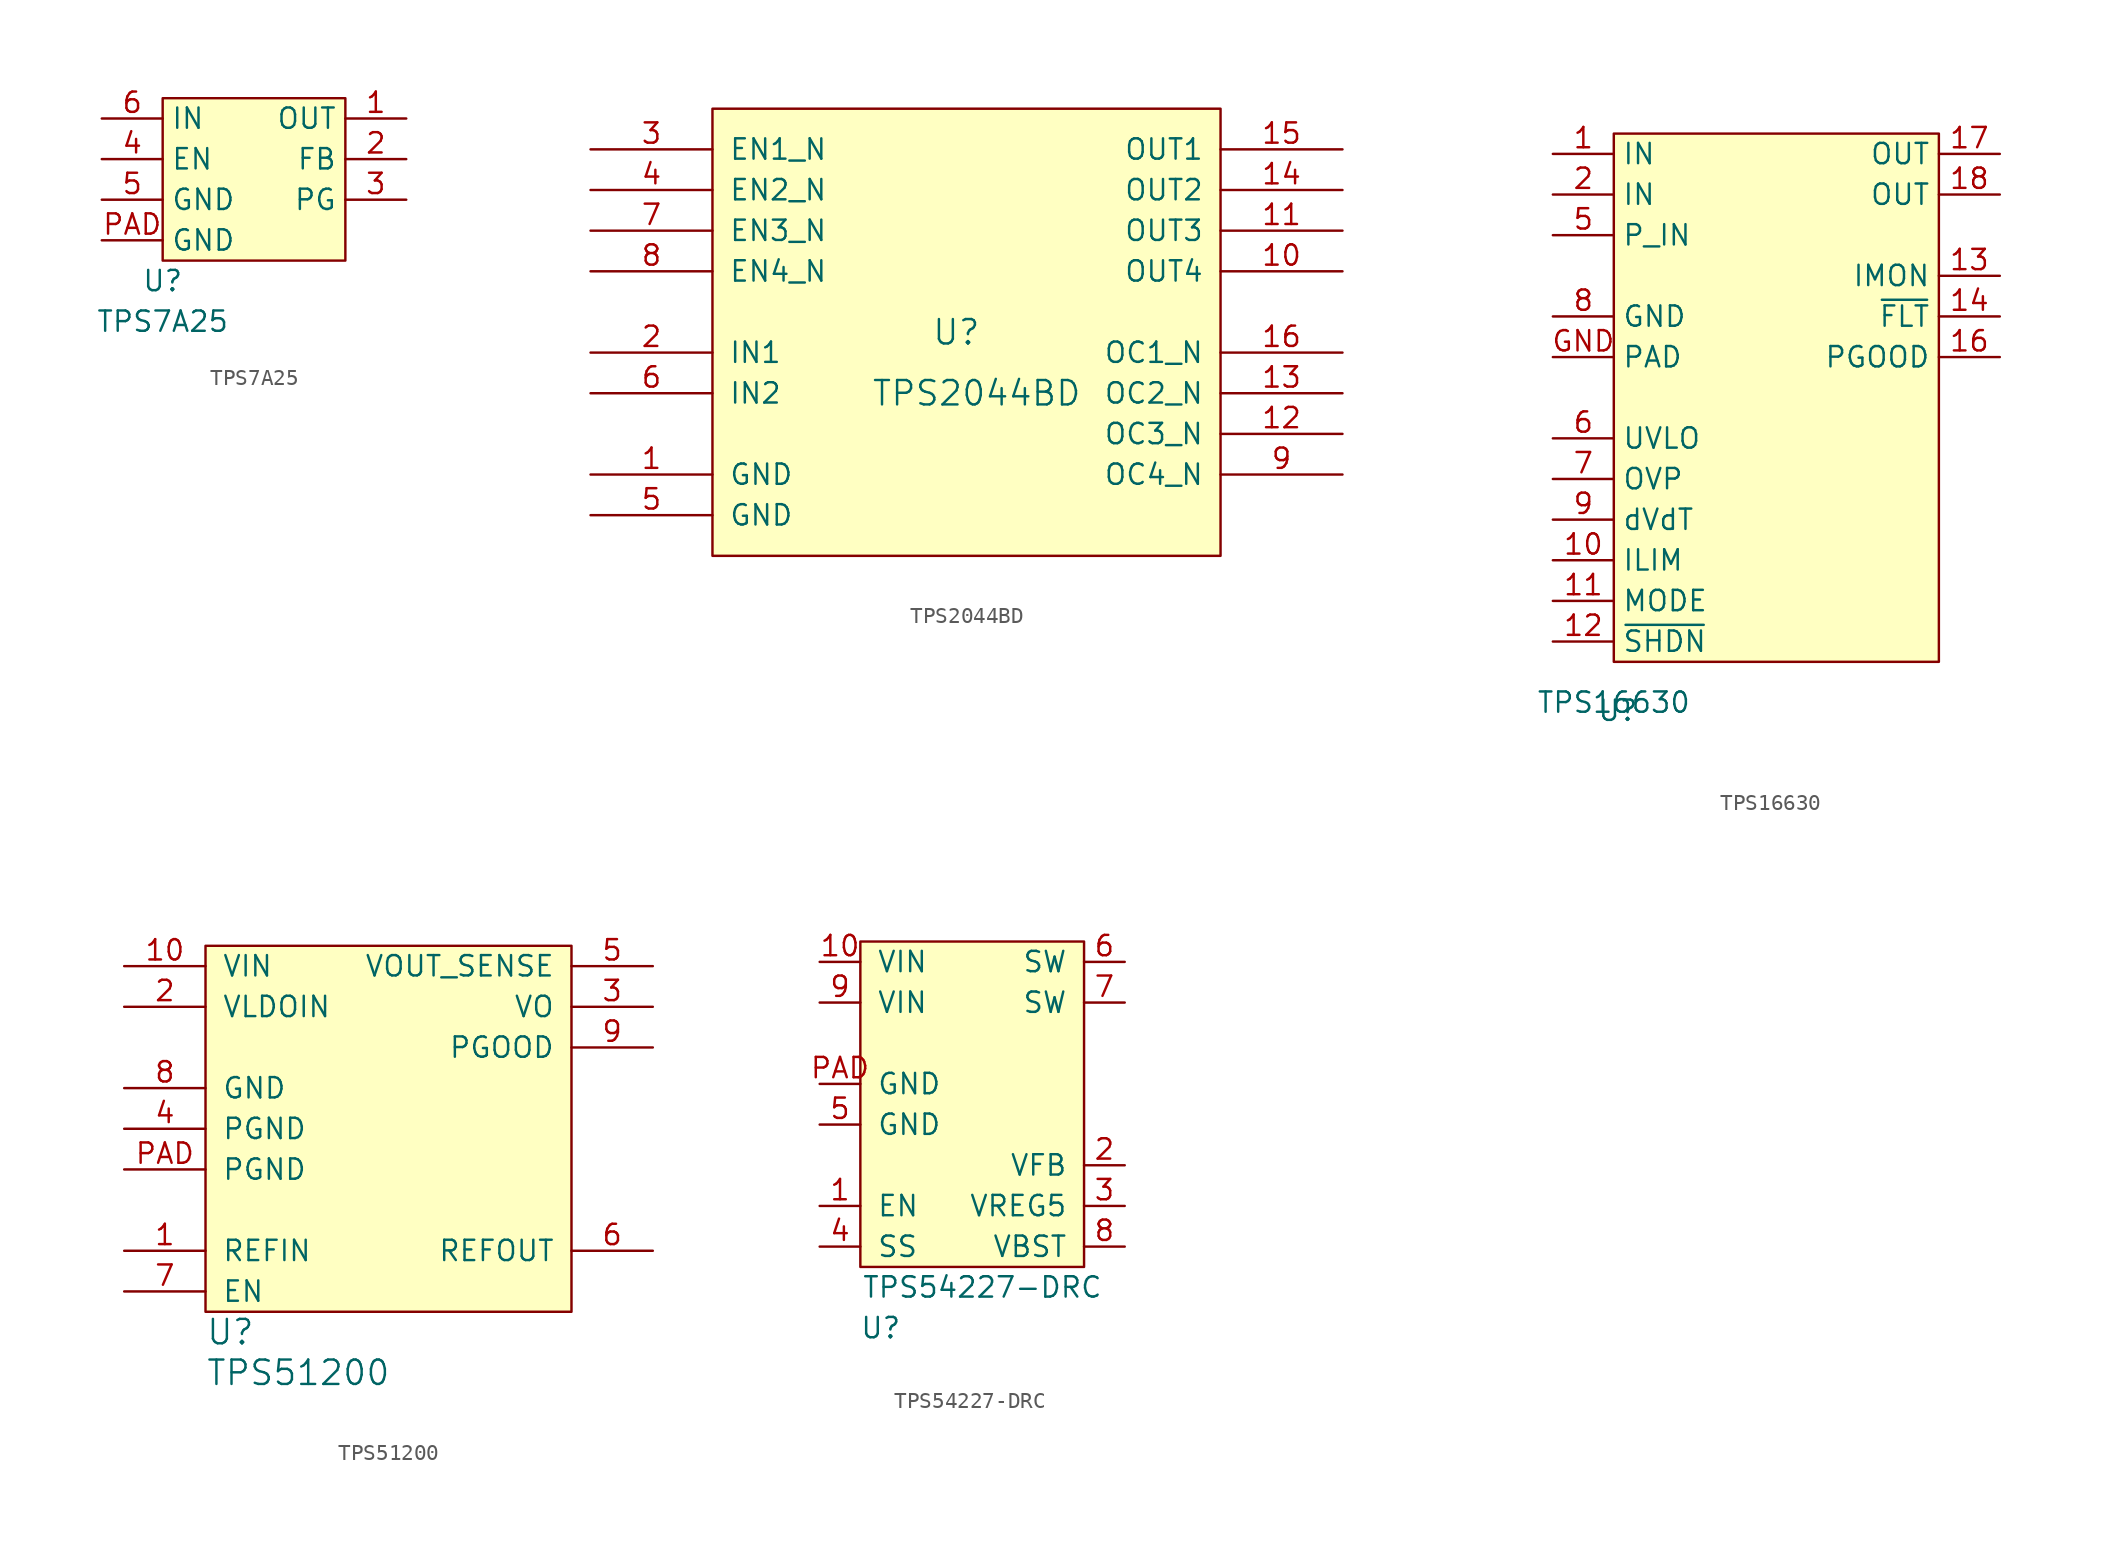
<source format=kicad_sym>
(kicad_symbol_lib
  (version 20231120)
  (generator "kicad_symbol_editor")
  (generator_version "8.0")
  (symbol "TPS7A25"
    (property "Reference" "U"
      (at 0 -1.27 0)
      (effects (font (size 1.27 1.27))))
    (property "Value" "TPS7A25"
      (at 0 -3.81 0)
      (effects (font (size 1.27 1.27))))
    (symbol "TPS7A25_0_1"
      (rectangle (start 0 10.16) (end 11.43 0) (stroke (width 0.152) (type default)) (fill (type background))))
    (symbol "TPS7A25_1_1"
      (pin power_out line (at 15.24 8.89 180) (length 3.81) (name "OUT" (effects (font (size 1.27 1.27)))) (number "1" (effects (font (size 1.27 1.27)))))
      (pin input line (at 15.24 6.35 180) (length 3.81) (name "FB" (effects (font (size 1.27 1.27)))) (number "2" (effects (font (size 1.27 1.27)))) (alternate "NC" no_connect line))
      (pin open_collector line (at 15.24 3.81 180) (length 3.81) (name "PG" (effects (font (size 1.27 1.27)))) (number "3" (effects (font (size 1.27 1.27)))))
      (pin input line (at -3.81 6.35 0) (length 3.81) (name "EN" (effects (font (size 1.27 1.27)))) (number "4" (effects (font (size 1.27 1.27)))))
      (pin power_in line (at -3.81 3.81 0) (length 3.81) (name "GND" (effects (font (size 1.27 1.27)))) (number "5" (effects (font (size 1.27 1.27)))))
      (pin power_in line (at -3.81 8.89 0) (length 3.81) (name "IN" (effects (font (size 1.27 1.27)))) (number "6" (effects (font (size 1.27 1.27)))))
      (pin power_in line (at -3.81 1.27 0) (length 3.81) (name "GND" (effects (font (size 1.27 1.27)))) (number "PAD" (effects (font (size 1.27 1.27)))))))
  (symbol "TPS2044BD"
    (pin_names
      (offset 1.016))
    (property "Reference" "U"
      (at 0 1.27 0)
      (effects (font (size 1.524 1.524))))
    (property "Value" "TPS2044BD"
      (at 1.27 -2.54 0)
      (effects (font (size 1.524 1.524))))
    (property "Footprint" ""
      (at 0 0 0)
      (effects (font (size 1.524 1.524))))
    (property "Datasheet" ""
      (at 0 0 0)
      (effects (font (size 1.524 1.524))))
    (symbol "TPS2044BD_0_1"
      (rectangle (start -15.24 15.24) (end 16.51 -12.7) (stroke (width 0) (type default)) (fill (type background))))
    (symbol "TPS2044BD_1_1"
      (pin power_in line (at -22.86 -7.62 0) (length 7.62) (name "GND" (effects (font (size 1.27 1.27)))) (number "1" (effects (font (size 1.27 1.27)))))
      (pin power_out line (at 24.13 5.08 180) (length 7.62) (name "OUT4" (effects (font (size 1.27 1.27)))) (number "10" (effects (font (size 1.27 1.27)))))
      (pin power_out line (at 24.13 7.62 180) (length 7.62) (name "OUT3" (effects (font (size 1.27 1.27)))) (number "11" (effects (font (size 1.27 1.27)))))
      (pin output line (at 24.13 -5.08 180) (length 7.62) (name "OC3_N" (effects (font (size 1.27 1.27)))) (number "12" (effects (font (size 1.27 1.27)))))
      (pin output line (at 24.13 -2.54 180) (length 7.62) (name "OC2_N" (effects (font (size 1.27 1.27)))) (number "13" (effects (font (size 1.27 1.27)))))
      (pin power_out line (at 24.13 10.16 180) (length 7.62) (name "OUT2" (effects (font (size 1.27 1.27)))) (number "14" (effects (font (size 1.27 1.27)))))
      (pin power_out line (at 24.13 12.7 180) (length 7.62) (name "OUT1" (effects (font (size 1.27 1.27)))) (number "15" (effects (font (size 1.27 1.27)))))
      (pin output line (at 24.13 0 180) (length 7.62) (name "OC1_N" (effects (font (size 1.27 1.27)))) (number "16" (effects (font (size 1.27 1.27)))))
      (pin power_in line (at -22.86 0 0) (length 7.62) (name "IN1" (effects (font (size 1.27 1.27)))) (number "2" (effects (font (size 1.27 1.27)))))
      (pin input line (at -22.86 12.7 0) (length 7.62) (name "EN1_N" (effects (font (size 1.27 1.27)))) (number "3" (effects (font (size 1.27 1.27)))))
      (pin input line (at -22.86 10.16 0) (length 7.62) (name "EN2_N" (effects (font (size 1.27 1.27)))) (number "4" (effects (font (size 1.27 1.27)))))
      (pin power_in line (at -22.86 -10.16 0) (length 7.62) (name "GND" (effects (font (size 1.27 1.27)))) (number "5" (effects (font (size 1.27 1.27)))))
      (pin power_in line (at -22.86 -2.54 0) (length 7.62) (name "IN2" (effects (font (size 1.27 1.27)))) (number "6" (effects (font (size 1.27 1.27)))))
      (pin input line (at -22.86 7.62 0) (length 7.62) (name "EN3_N" (effects (font (size 1.27 1.27)))) (number "7" (effects (font (size 1.27 1.27)))))
      (pin input line (at -22.86 5.08 0) (length 7.62) (name "EN4_N" (effects (font (size 1.27 1.27)))) (number "8" (effects (font (size 1.27 1.27)))))
      (pin output line (at 24.13 -7.62 180) (length 7.62) (name "OC4_N" (effects (font (size 1.27 1.27)))) (number "9" (effects (font (size 1.27 1.27)))))))
  (symbol "TPS16630"
    (property "Reference" "U"
      (at 0.254 -3.048 0)
      (effects (font (size 1.27 1.27))))
    (property "Value" "TPS16630"
      (at 0 -2.54 0)
      (effects (font (size 1.27 1.27))))
    (symbol "TPS16630_1_1"
      (rectangle (start 0 33.02) (end 20.32 0) (stroke (width 0) (type default)) (fill (type background)))
      (pin power_in line (at -3.81 31.75 0) (length 3.81) (name "IN" (effects (font (size 1.27 1.27)))) (number "1" (effects (font (size 1.27 1.27)))))
      (pin input line (at -3.81 6.35 0) (length 3.81) (name "ILIM" (effects (font (size 1.27 1.27)))) (number "10" (effects (font (size 1.27 1.27)))))
      (pin input line (at -3.81 3.81 0) (length 3.81) (name "MODE" (effects (font (size 1.27 1.27)))) (number "11" (effects (font (size 1.27 1.27)))))
      (pin input line (at -3.81 1.27 0) (length 3.81) (name "~{SHDN}" (effects (font (size 1.27 1.27)))) (number "12" (effects (font (size 1.27 1.27)))))
      (pin output line (at 24.13 24.13 180) (length 3.81) (name "IMON" (effects (font (size 1.27 1.27)))) (number "13" (effects (font (size 1.27 1.27)))))
      (pin open_collector line (at 24.13 21.59 180) (length 3.81) (name "~{FLT}" (effects (font (size 1.27 1.27)))) (number "14" (effects (font (size 1.27 1.27)))))
      (pin open_collector line (at 24.13 19.05 180) (length 3.81) (name "PGOOD" (effects (font (size 1.27 1.27)))) (number "16" (effects (font (size 1.27 1.27)))))
      (pin power_out line (at 24.13 31.75 180) (length 3.81) (name "OUT" (effects (font (size 1.27 1.27)))) (number "17" (effects (font (size 1.27 1.27)))))
      (pin power_in line (at 24.13 29.21 180) (length 3.81) (name "OUT" (effects (font (size 1.27 1.27)))) (number "18" (effects (font (size 1.27 1.27)))))
      (pin power_in line (at -3.81 29.21 0) (length 3.81) (name "IN" (effects (font (size 1.27 1.27)))) (number "2" (effects (font (size 1.27 1.27)))))
      (pin power_in line (at -3.81 26.67 0) (length 3.81) (name "P_IN" (effects (font (size 1.27 1.27)))) (number "5" (effects (font (size 1.27 1.27)))))
      (pin input line (at -3.81 13.97 0) (length 3.81) (name "UVLO" (effects (font (size 1.27 1.27)))) (number "6" (effects (font (size 1.27 1.27)))))
      (pin input line (at -3.81 11.43 0) (length 3.81) (name "OVP" (effects (font (size 1.27 1.27)))) (number "7" (effects (font (size 1.27 1.27)))))
      (pin power_in line (at -3.81 21.59 0) (length 3.81) (name "GND" (effects (font (size 1.27 1.27)))) (number "8" (effects (font (size 1.27 1.27)))))
      (pin input line (at -3.81 8.89 0) (length 3.81) (name "dVdT" (effects (font (size 1.27 1.27)))) (number "9" (effects (font (size 1.27 1.27)))))
      (pin power_in line (at -3.81 19.05 0) (length 3.81) (name "PAD" (effects (font (size 1.27 1.27)))) (number "GND" (effects (font (size 1.27 1.27)))))))
  (symbol "TPS51200"
    (pin_names
      (offset 1.016))
    (property "Reference" "U"
      (at 0 -1.27 0)
      (effects (font (size 1.524 1.524)) (justify left)))
    (property "Value" "TPS51200"
      (at 0 -3.81 0)
      (effects (font (size 1.524 1.524)) (justify left)))
    (property "Footprint" ""
      (at 0 0 0)
      (effects (font (size 1.524 1.524))))
    (property "Datasheet" ""
      (at 0 0 0)
      (effects (font (size 1.524 1.524))))
    (symbol "TPS51200_0_1"
      (rectangle (start 0 22.86) (end 22.86 0) (stroke (width 0) (type default)) (fill (type background))))
    (symbol "TPS51200_1_1"
      (pin input line (at -5.08 3.81 0) (length 5.08) (name "REFIN" (effects (font (size 1.27 1.27)))) (number "1" (effects (font (size 1.27 1.27)))))
      (pin power_in line (at -5.08 21.59 0) (length 5.08) (name "VIN" (effects (font (size 1.27 1.27)))) (number "10" (effects (font (size 1.27 1.27)))))
      (pin power_in line (at -5.08 19.05 0) (length 5.08) (name "VLDOIN" (effects (font (size 1.27 1.27)))) (number "2" (effects (font (size 1.27 1.27)))))
      (pin power_out line (at 27.94 19.05 180) (length 5.08) (name "VO" (effects (font (size 1.27 1.27)))) (number "3" (effects (font (size 1.27 1.27)))))
      (pin power_in line (at -5.08 11.43 0) (length 5.08) (name "PGND" (effects (font (size 1.27 1.27)))) (number "4" (effects (font (size 1.27 1.27)))))
      (pin input line (at 27.94 21.59 180) (length 5.08) (name "VOUT_SENSE" (effects (font (size 1.27 1.27)))) (number "5" (effects (font (size 1.27 1.27)))))
      (pin output line (at 27.94 3.81 180) (length 5.08) (name "REFOUT" (effects (font (size 1.27 1.27)))) (number "6" (effects (font (size 1.27 1.27)))))
      (pin input line (at -5.08 1.27 0) (length 5.08) (name "EN" (effects (font (size 1.27 1.27)))) (number "7" (effects (font (size 1.27 1.27)))))
      (pin power_in line (at -5.08 13.97 0) (length 5.08) (name "GND" (effects (font (size 1.27 1.27)))) (number "8" (effects (font (size 1.27 1.27)))))
      (pin output line (at 27.94 16.51 180) (length 5.08) (name "PGOOD" (effects (font (size 1.27 1.27)))) (number "9" (effects (font (size 1.27 1.27)))))
      (pin power_in line (at -5.08 8.89 0) (length 5.08) (name "PGND" (effects (font (size 1.27 1.27)))) (number "PAD" (effects (font (size 1.27 1.27)))))))
  (symbol "TPS54227-DRC"
    (pin_names
      (offset 1.016))
    (property "Reference" "U"
      (at 1.27 -3.81 0)
      (effects (font (size 1.27 1.27))))
    (property "Value" "TPS54227-DRC"
      (at 7.62 -1.27 0)
      (effects (font (size 1.27 1.27))))
    (symbol "TPS54227-DRC_0_1"
      (rectangle (start 0 20.32) (end 13.97 0) (stroke (width 0) (type default)) (fill (type background))))
    (symbol "TPS54227-DRC_1_1"
      (pin input line (at -2.54 3.81 0) (length 2.54) (name "EN" (effects (font (size 1.27 1.27)))) (number "1" (effects (font (size 1.27 1.27)))))
      (pin power_in line (at -2.54 19.05 0) (length 2.54) (name "VIN" (effects (font (size 1.27 1.27)))) (number "10" (effects (font (size 1.27 1.27)))))
      (pin input line (at 16.51 6.35 180) (length 2.54) (name "VFB" (effects (font (size 1.27 1.27)))) (number "2" (effects (font (size 1.27 1.27)))))
      (pin power_out line (at 16.51 3.81 180) (length 2.54) (name "VREG5" (effects (font (size 1.27 1.27)))) (number "3" (effects (font (size 1.27 1.27)))))
      (pin passive line (at -2.54 1.27 0) (length 2.54) (name "SS" (effects (font (size 1.27 1.27)))) (number "4" (effects (font (size 1.27 1.27)))))
      (pin power_in line (at -2.54 8.89 0) (length 2.54) (name "GND" (effects (font (size 1.27 1.27)))) (number "5" (effects (font (size 1.27 1.27)))))
      (pin power_out line (at 16.51 19.05 180) (length 2.54) (name "SW" (effects (font (size 1.27 1.27)))) (number "6" (effects (font (size 1.27 1.27)))))
      (pin power_in line (at 16.51 16.51 180) (length 2.54) (name "SW" (effects (font (size 1.27 1.27)))) (number "7" (effects (font (size 1.27 1.27)))))
      (pin power_out line (at 16.51 1.27 180) (length 2.54) (name "VBST" (effects (font (size 1.27 1.27)))) (number "8" (effects (font (size 1.27 1.27)))))
      (pin power_in line (at -2.54 16.51 0) (length 2.54) (name "VIN" (effects (font (size 1.27 1.27)))) (number "9" (effects (font (size 1.27 1.27)))))
      (pin power_in line (at -2.54 11.43 0) (length 2.54) (name "GND" (effects (font (size 1.27 1.27)))) (number "PAD" (effects (font (size 1.27 1.27))))))))
</source>
